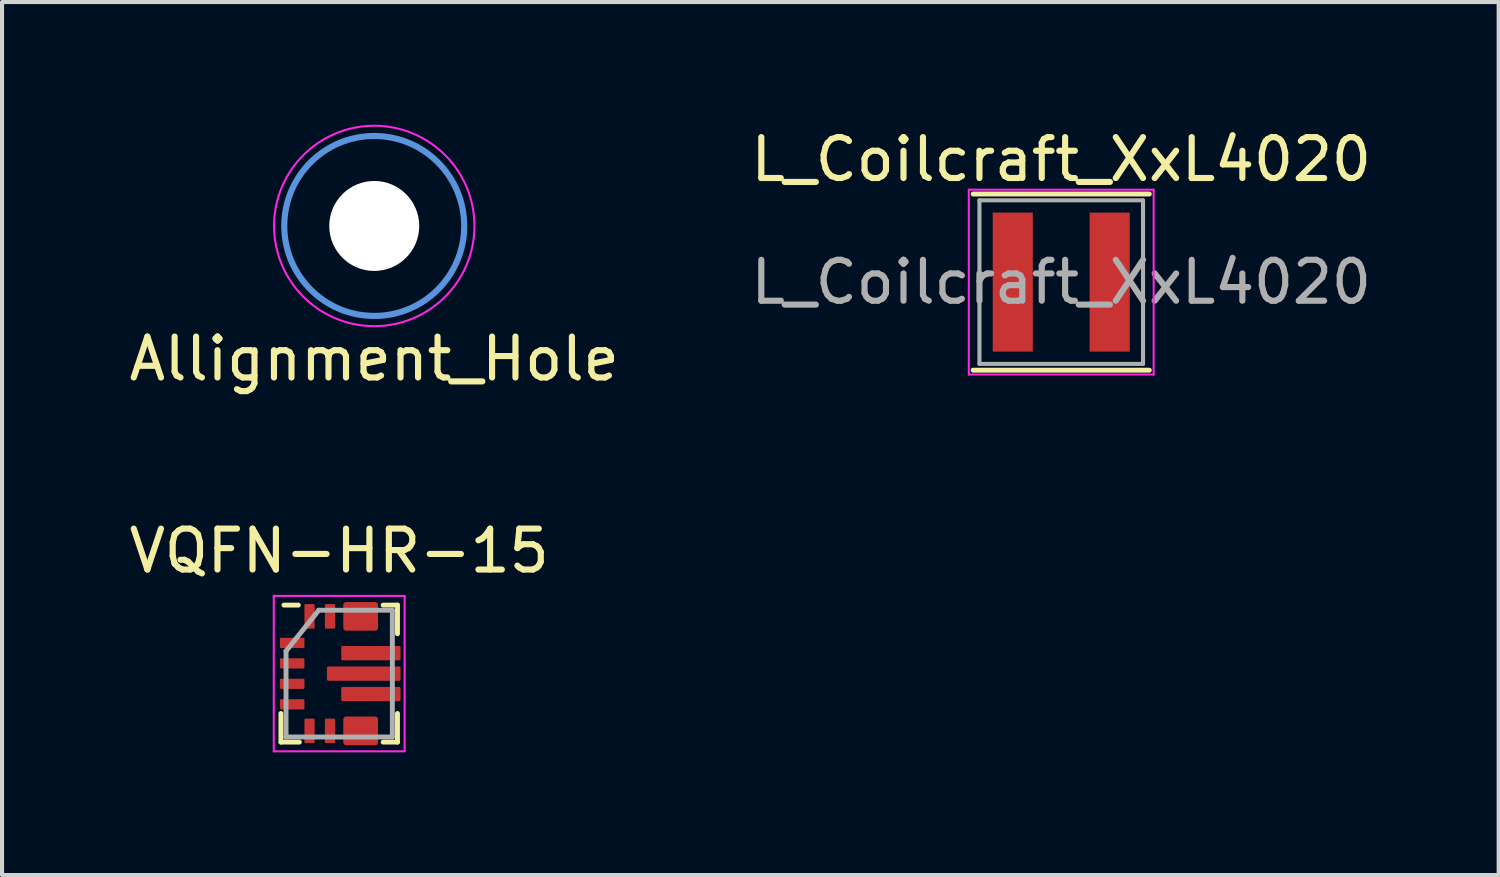
<source format=kicad_pcb>
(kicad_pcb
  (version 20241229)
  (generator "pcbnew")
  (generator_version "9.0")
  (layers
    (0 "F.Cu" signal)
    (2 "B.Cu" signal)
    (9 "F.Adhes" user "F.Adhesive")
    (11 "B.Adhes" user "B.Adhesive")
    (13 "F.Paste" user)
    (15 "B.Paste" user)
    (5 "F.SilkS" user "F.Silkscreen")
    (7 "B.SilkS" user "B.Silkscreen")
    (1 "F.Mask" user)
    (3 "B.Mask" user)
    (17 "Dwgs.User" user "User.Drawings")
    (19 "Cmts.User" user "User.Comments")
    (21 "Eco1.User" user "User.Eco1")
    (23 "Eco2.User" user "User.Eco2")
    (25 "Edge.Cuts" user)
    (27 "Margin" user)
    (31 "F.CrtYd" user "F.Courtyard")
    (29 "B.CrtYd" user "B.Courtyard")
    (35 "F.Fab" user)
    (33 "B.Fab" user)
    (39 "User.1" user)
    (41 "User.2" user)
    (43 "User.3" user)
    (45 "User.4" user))
  (footprint "L_Coilcraft_XxL4020"
    (layer "F.Cu")
    (at 22.899 3.848)
    (property "Reference" "L_Coilcraft_XxL4020" (at 0 -3 0) (layer "F.SilkS") (effects (font (size 1 1) (thickness 0.15))))
    (attr smd)
    (fp_line (start -2.154 -2.154) (end 2.154 -2.154) (stroke (width 0.12) (type solid)) (layer "F.SilkS"))
    (fp_line (start 2.154 2.154) (end -2.154 2.154) (stroke (width 0.12) (type solid)) (layer "F.SilkS"))
    (fp_line (start -2.26 -2.26) (end 2.26 -2.26) (stroke (width 0.05) (type solid)) (layer "F.CrtYd"))
    (fp_line (start -2.26 2.26) (end -2.26 -2.26) (stroke (width 0.05) (type solid)) (layer "F.CrtYd"))
    (fp_line (start 2.26 -2.26) (end 2.26 2.26) (stroke (width 0.05) (type solid)) (layer "F.CrtYd"))
    (fp_line (start 2.26 2.26) (end -2.26 2.26) (stroke (width 0.05) (type solid)) (layer "F.CrtYd"))
    (fp_line (start -2 -2) (end 2 -2) (stroke (width 0.1) (type solid)) (layer "F.Fab"))
    (fp_line (start -2 2) (end -2 -2) (stroke (width 0.1) (type solid)) (layer "F.Fab"))
    (fp_line (start 2 -2) (end 2 2) (stroke (width 0.1) (type solid)) (layer "F.Fab"))
    (fp_line (start 2 2) (end -2 2) (stroke (width 0.1) (type solid)) (layer "F.Fab"))
    (fp_text user "${REFERENCE}" (at 0 0 0) (layer "F.Fab") (effects (font (size 1 1) (thickness 0.15))))
    (pad "1" smd rect (at -1.185 0) (size 0.98 3.4) (layers "F.Cu" "F.Mask" "F.Paste"))
    (pad "2" smd rect (at 1.185 0) (size 0.98 3.4) (layers "F.Cu" "F.Mask" "F.Paste")))
  (footprint "Allignment_Hole"
    (layer "F.Cu")
    (at 6.101 2.475)
    (property "Reference" "Allignment_Hole" (at 0 3.25 0) (layer "F.SilkS") (effects (font (size 1 1) (thickness 0.15))))
    (attr through_hole)
    (fp_circle (center 0 0) (end 2.2 0) (stroke (width 0.15) (type solid)) (fill no) (layer "Cmts.User"))
    (fp_circle (center 0 0) (end 2.45 0) (stroke (width 0.05) (type solid)) (fill no) (layer "F.CrtYd"))
    (pad "" np_thru_hole circle (at 0 0) (size 2.2 2.2) (drill 2.2) (layers "*.Cu" "*.Paste" "*.Mask")))
  (footprint "VQFN-HR-15"
    (layer "F.Cu")
    (at 5.244 13.421)
    (property "Reference" "VQFN-HR-15" (at 0 -3 0) (layer "F.SilkS") (effects (font (size 1 1) (thickness 0.15))))
    (attr through_hole)
    (fp_poly (pts (xy 0.15 -1.7) (xy 0.15 -1.1) (xy 0.4 -1.1) (xy 0.9 -1.1) (xy 0.9 -1.7) (xy 0.65 -1.7) (xy 0.65 -1.35) (xy 0.4 -1.35) (xy 0.4 -1.7)) (stroke (width 0) (type solid)) (fill yes) (layer "F.Mask"))
    (fp_poly (pts (xy 0.9 1.7) (xy 0.9 1.1) (xy 0.65 1.1) (xy 0.15 1.1) (xy 0.15 1.7) (xy 0.4 1.7) (xy 0.4 1.35) (xy 0.65 1.35) (xy 0.65 1.7)) (stroke (width 0) (type solid)) (fill yes) (layer "F.Mask"))
    (fp_line (start -1.425 0.975) (end -1.425 1.675) (stroke (width 0.12) (type solid)) (layer "F.SilkS"))
    (fp_line (start -1.425 1.675) (end -0.975 1.675) (stroke (width 0.12) (type solid)) (layer "F.SilkS"))
    (fp_line (start -1.35 -1.675) (end -1 -1.675) (stroke (width 0.12) (type solid)) (layer "F.SilkS"))
    (fp_line (start 1.075 -1.675) (end 1.425 -1.675) (stroke (width 0.12) (type solid)) (layer "F.SilkS"))
    (fp_line (start 1.075 1.675) (end 1.425 1.675) (stroke (width 0.12) (type solid)) (layer "F.SilkS"))
    (fp_line (start 1.425 -1.675) (end 1.425 -0.975) (stroke (width 0.12) (type solid)) (layer "F.SilkS"))
    (fp_line (start 1.425 1.675) (end 1.425 0.975) (stroke (width 0.12) (type solid)) (layer "F.SilkS"))
    (fp_poly (pts (xy 0.15 -1.7) (xy 0.15 -1.1) (xy 0.4 -1.1) (xy 0.9 -1.1) (xy 0.9 -1.7) (xy 0.65 -1.7) (xy 0.65 -1.35) (xy 0.4 -1.35) (xy 0.4 -1.7)) (stroke (width 0) (type solid)) (fill yes) (layer "F.Paste"))
    (fp_poly (pts (xy 0.9 1.7) (xy 0.9 1.1) (xy 0.65 1.1) (xy 0.15 1.1) (xy 0.15 1.7) (xy 0.4 1.7) (xy 0.4 1.35) (xy 0.65 1.35) (xy 0.65 1.7)) (stroke (width 0) (type solid)) (fill yes) (layer "F.Paste"))
    (fp_line (start -1.6 -1.9) (end 1.6 -1.9) (stroke (width 0.05) (type solid)) (layer "F.CrtYd"))
    (fp_line (start -1.6 1.9) (end -1.6 -1.9) (stroke (width 0.05) (type solid)) (layer "F.CrtYd"))
    (fp_line (start 1.6 -1.9) (end 1.6 1.9) (stroke (width 0.05) (type solid)) (layer "F.CrtYd"))
    (fp_line (start 1.6 1.9) (end -1.6 1.9) (stroke (width 0.05) (type solid)) (layer "F.CrtYd"))
    (fp_line (start -1.3 -0.55) (end -0.5 -1.55) (stroke (width 0.12) (type solid)) (layer "F.Fab"))
    (fp_line (start -1.3 1.55) (end -1.3 -0.55) (stroke (width 0.12) (type solid)) (layer "F.Fab"))
    (fp_line (start -0.5 -1.55) (end 1.3 -1.55) (stroke (width 0.12) (type solid)) (layer "F.Fab"))
    (fp_line (start 1.3 -1.55) (end 1.3 1.55) (stroke (width 0.12) (type solid)) (layer "F.Fab"))
    (fp_line (start 1.3 1.55) (end -1.3 1.55) (stroke (width 0.12) (type solid)) (layer "F.Fab"))
    (pad "" smd roundrect (at 0.14 0 90) (size 0.25 0.72) (layers "F.Paste") (roundrect_rratio 0.1))
    (pad "" smd roundrect (at 0.388 -0.5 90) (size 0.25 0.575) (layers "F.Paste") (roundrect_rratio 0.1))
    (pad "" smd roundrect (at 0.388 0.5 90) (size 0.25 0.575) (layers "F.Paste") (roundrect_rratio 0.1))
    (pad "" smd roundrect (at 0.6 0) (size 1.7 0.25) (layers "F.Mask") (roundrect_rratio 0.1))
    (pad "" smd roundrect (at 0.775 -0.5) (size 1.35 0.25) (layers "F.Mask") (roundrect_rratio 0.1))
    (pad "" smd roundrect (at 0.775 0.5) (size 1.35 0.25) (layers "F.Mask") (roundrect_rratio 0.1))
    (pad "" smd roundrect (at 1.06 0 90) (size 0.25 0.72) (layers "F.Paste") (roundrect_rratio 0.1))
    (pad "" smd roundrect (at 1.163 -0.5 90) (size 0.25 0.575) (layers "F.Paste") (roundrect_rratio 0.1))
    (pad "" smd roundrect (at 1.163 0.5 90) (size 0.25 0.575) (layers "F.Paste") (roundrect_rratio 0.1))
    (pad "1" smd roundrect (at -1.15 -0.75 270) (size 0.25 0.6) (layers "F.Cu" "F.Mask" "F.Paste") (roundrect_rratio 0.1))
    (pad "2" smd roundrect (at -1.15 -0.25 270) (size 0.25 0.6) (layers "F.Cu" "F.Mask" "F.Paste") (roundrect_rratio 0.1))
    (pad "3" smd roundrect (at -1.15 0.25 90) (size 0.25 0.6) (layers "F.Cu" "F.Mask" "F.Paste") (roundrect_rratio 0.1))
    (pad "4" smd roundrect (at -1.15 0.75 90) (size 0.25 0.6) (layers "F.Cu" "F.Mask" "F.Paste") (roundrect_rratio 0.1))
    (pad "5" smd roundrect (at -0.725 1.4) (size 0.25 0.6) (layers "F.Cu" "F.Mask" "F.Paste") (roundrect_rratio 0.1))
    (pad "6" smd roundrect (at -0.225 1.4) (size 0.25 0.6) (layers "F.Cu" "F.Mask" "F.Paste") (roundrect_rratio 0.1))
    (pad "7" smd roundrect (at 0.525 1.4 180) (size 0.85 0.7) (layers "F.Cu") (roundrect_rratio 0.1))
    (pad "9" smd roundrect (at 0.775 0.5) (size 1.45 0.35) (layers "F.Cu") (roundrect_rratio 0.1))
    (pad "10" smd roundrect (at 0.6 0) (size 1.8 0.35) (layers "F.Cu") (roundrect_rratio 0.1))
    (pad "11" smd roundrect (at 0.775 -0.5) (size 1.45 0.35) (layers "F.Cu") (roundrect_rratio 0.1))
    (pad "12" smd roundrect (at 0.525 -1.4) (size 0.85 0.7) (layers "F.Cu") (roundrect_rratio 0.1))
    (pad "14" smd roundrect (at -0.225 -1.4 180) (size 0.25 0.6) (layers "F.Cu" "F.Mask" "F.Paste") (roundrect_rratio 0.1))
    (pad "15" smd roundrect (at -0.725 -1.4 180) (size 0.25 0.6) (layers "F.Cu" "F.Mask" "F.Paste") (roundrect_rratio 0.1)))
  (gr_rect
    (start -3 -3)
    (end 33.595 18.346)
    (stroke (width 0.1) (type default))
    (fill no)
    (layer "Edge.Cuts")))
</source>
